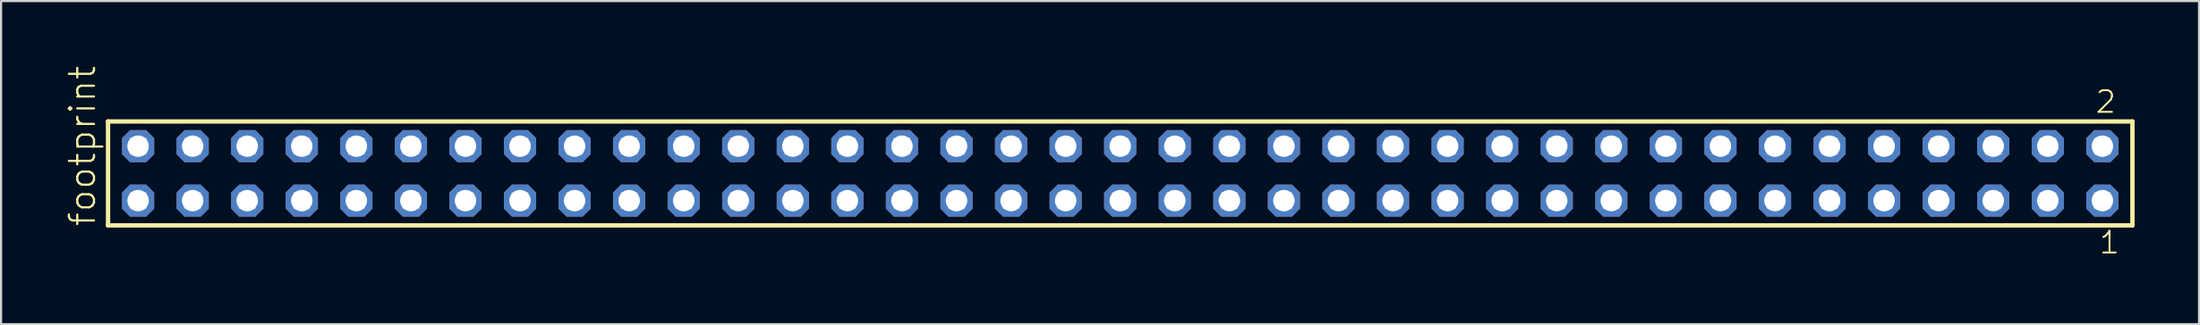
<source format=kicad_pcb>
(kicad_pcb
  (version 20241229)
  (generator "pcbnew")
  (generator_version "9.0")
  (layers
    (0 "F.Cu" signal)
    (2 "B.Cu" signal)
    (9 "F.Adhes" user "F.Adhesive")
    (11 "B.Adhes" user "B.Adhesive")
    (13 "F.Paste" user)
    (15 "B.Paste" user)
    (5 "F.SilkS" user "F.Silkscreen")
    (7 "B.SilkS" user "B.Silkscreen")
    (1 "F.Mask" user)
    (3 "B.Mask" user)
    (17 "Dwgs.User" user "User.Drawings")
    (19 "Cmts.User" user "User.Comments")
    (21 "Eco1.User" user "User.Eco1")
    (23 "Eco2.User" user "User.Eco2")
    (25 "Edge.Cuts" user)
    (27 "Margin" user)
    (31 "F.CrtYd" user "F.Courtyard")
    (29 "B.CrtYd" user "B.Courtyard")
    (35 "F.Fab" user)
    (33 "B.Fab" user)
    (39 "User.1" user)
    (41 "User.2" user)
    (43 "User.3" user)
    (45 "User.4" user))
  (footprint "footprint"
    (layer "F.Cu")
    (at 49.098 5.042)
    (property "Reference" "footprint" (at -47.625 2.54 90) (layer "F.SilkS") (effects (font (size 1.168 1.168) (thickness 0.102)) (justify left bottom)))
    (fp_line (start -47.119 -2.425) (end 47.119 -2.425) (stroke (width 0.203) (type solid)) (layer "F.SilkS"))
    (fp_line (start -47.119 2.425) (end -47.119 -2.425) (stroke (width 0.203) (type solid)) (layer "F.SilkS"))
    (fp_line (start 47.119 -2.425) (end 47.119 2.425) (stroke (width 0.203) (type solid)) (layer "F.SilkS"))
    (fp_line (start 47.119 2.425) (end -47.119 2.425) (stroke (width 0.203) (type solid)) (layer "F.SilkS"))
    (fp_poly (pts (xy -46.07 -0.92) (xy -45.37 -0.92) (xy -45.37 -1.62) (xy -46.07 -1.62)) (stroke (width 0.1) (type solid)) (fill no) (layer "F.Fab"))
    (fp_poly (pts (xy -46.07 1.62) (xy -45.37 1.62) (xy -45.37 0.92) (xy -46.07 0.92)) (stroke (width 0.1) (type solid)) (fill no) (layer "F.Fab"))
    (fp_poly (pts (xy -43.53 -0.92) (xy -42.83 -0.92) (xy -42.83 -1.62) (xy -43.53 -1.62)) (stroke (width 0.1) (type solid)) (fill no) (layer "F.Fab"))
    (fp_poly (pts (xy -43.53 1.62) (xy -42.83 1.62) (xy -42.83 0.92) (xy -43.53 0.92)) (stroke (width 0.1) (type solid)) (fill no) (layer "F.Fab"))
    (fp_poly (pts (xy -40.99 -0.92) (xy -40.29 -0.92) (xy -40.29 -1.62) (xy -40.99 -1.62)) (stroke (width 0.1) (type solid)) (fill no) (layer "F.Fab"))
    (fp_poly (pts (xy -40.99 1.62) (xy -40.29 1.62) (xy -40.29 0.92) (xy -40.99 0.92)) (stroke (width 0.1) (type solid)) (fill no) (layer "F.Fab"))
    (fp_poly (pts (xy -38.45 -0.92) (xy -37.75 -0.92) (xy -37.75 -1.62) (xy -38.45 -1.62)) (stroke (width 0.1) (type solid)) (fill no) (layer "F.Fab"))
    (fp_poly (pts (xy -38.45 1.62) (xy -37.75 1.62) (xy -37.75 0.92) (xy -38.45 0.92)) (stroke (width 0.1) (type solid)) (fill no) (layer "F.Fab"))
    (fp_poly (pts (xy -35.91 -0.92) (xy -35.21 -0.92) (xy -35.21 -1.62) (xy -35.91 -1.62)) (stroke (width 0.1) (type solid)) (fill no) (layer "F.Fab"))
    (fp_poly (pts (xy -35.91 1.62) (xy -35.21 1.62) (xy -35.21 0.92) (xy -35.91 0.92)) (stroke (width 0.1) (type solid)) (fill no) (layer "F.Fab"))
    (fp_poly (pts (xy -33.37 -0.92) (xy -32.67 -0.92) (xy -32.67 -1.62) (xy -33.37 -1.62)) (stroke (width 0.1) (type solid)) (fill no) (layer "F.Fab"))
    (fp_poly (pts (xy -33.37 1.62) (xy -32.67 1.62) (xy -32.67 0.92) (xy -33.37 0.92)) (stroke (width 0.1) (type solid)) (fill no) (layer "F.Fab"))
    (fp_poly (pts (xy -30.83 -0.92) (xy -30.13 -0.92) (xy -30.13 -1.62) (xy -30.83 -1.62)) (stroke (width 0.1) (type solid)) (fill no) (layer "F.Fab"))
    (fp_poly (pts (xy -30.83 1.62) (xy -30.13 1.62) (xy -30.13 0.92) (xy -30.83 0.92)) (stroke (width 0.1) (type solid)) (fill no) (layer "F.Fab"))
    (fp_poly (pts (xy -28.29 -0.92) (xy -27.59 -0.92) (xy -27.59 -1.62) (xy -28.29 -1.62)) (stroke (width 0.1) (type solid)) (fill no) (layer "F.Fab"))
    (fp_poly (pts (xy -28.29 1.62) (xy -27.59 1.62) (xy -27.59 0.92) (xy -28.29 0.92)) (stroke (width 0.1) (type solid)) (fill no) (layer "F.Fab"))
    (fp_poly (pts (xy -25.75 -0.92) (xy -25.05 -0.92) (xy -25.05 -1.62) (xy -25.75 -1.62)) (stroke (width 0.1) (type solid)) (fill no) (layer "F.Fab"))
    (fp_poly (pts (xy -25.75 1.62) (xy -25.05 1.62) (xy -25.05 0.92) (xy -25.75 0.92)) (stroke (width 0.1) (type solid)) (fill no) (layer "F.Fab"))
    (fp_poly (pts (xy -23.21 -0.92) (xy -22.51 -0.92) (xy -22.51 -1.62) (xy -23.21 -1.62)) (stroke (width 0.1) (type solid)) (fill no) (layer "F.Fab"))
    (fp_poly (pts (xy -23.21 1.62) (xy -22.51 1.62) (xy -22.51 0.92) (xy -23.21 0.92)) (stroke (width 0.1) (type solid)) (fill no) (layer "F.Fab"))
    (fp_poly (pts (xy -20.67 -0.92) (xy -19.97 -0.92) (xy -19.97 -1.62) (xy -20.67 -1.62)) (stroke (width 0.1) (type solid)) (fill no) (layer "F.Fab"))
    (fp_poly (pts (xy -20.67 1.62) (xy -19.97 1.62) (xy -19.97 0.92) (xy -20.67 0.92)) (stroke (width 0.1) (type solid)) (fill no) (layer "F.Fab"))
    (fp_poly (pts (xy -18.13 -0.92) (xy -17.43 -0.92) (xy -17.43 -1.62) (xy -18.13 -1.62)) (stroke (width 0.1) (type solid)) (fill no) (layer "F.Fab"))
    (fp_poly (pts (xy -18.13 1.62) (xy -17.43 1.62) (xy -17.43 0.92) (xy -18.13 0.92)) (stroke (width 0.1) (type solid)) (fill no) (layer "F.Fab"))
    (fp_poly (pts (xy -15.59 -0.92) (xy -14.89 -0.92) (xy -14.89 -1.62) (xy -15.59 -1.62)) (stroke (width 0.1) (type solid)) (fill no) (layer "F.Fab"))
    (fp_poly (pts (xy -15.59 1.62) (xy -14.89 1.62) (xy -14.89 0.92) (xy -15.59 0.92)) (stroke (width 0.1) (type solid)) (fill no) (layer "F.Fab"))
    (fp_poly (pts (xy -13.05 -0.92) (xy -12.35 -0.92) (xy -12.35 -1.62) (xy -13.05 -1.62)) (stroke (width 0.1) (type solid)) (fill no) (layer "F.Fab"))
    (fp_poly (pts (xy -13.05 1.62) (xy -12.35 1.62) (xy -12.35 0.92) (xy -13.05 0.92)) (stroke (width 0.1) (type solid)) (fill no) (layer "F.Fab"))
    (fp_poly (pts (xy -10.51 -0.92) (xy -9.81 -0.92) (xy -9.81 -1.62) (xy -10.51 -1.62)) (stroke (width 0.1) (type solid)) (fill no) (layer "F.Fab"))
    (fp_poly (pts (xy -10.51 1.62) (xy -9.81 1.62) (xy -9.81 0.92) (xy -10.51 0.92)) (stroke (width 0.1) (type solid)) (fill no) (layer "F.Fab"))
    (fp_poly (pts (xy -7.97 -0.92) (xy -7.27 -0.92) (xy -7.27 -1.62) (xy -7.97 -1.62)) (stroke (width 0.1) (type solid)) (fill no) (layer "F.Fab"))
    (fp_poly (pts (xy -7.97 1.62) (xy -7.27 1.62) (xy -7.27 0.92) (xy -7.97 0.92)) (stroke (width 0.1) (type solid)) (fill no) (layer "F.Fab"))
    (fp_poly (pts (xy -5.43 -0.92) (xy -4.73 -0.92) (xy -4.73 -1.62) (xy -5.43 -1.62)) (stroke (width 0.1) (type solid)) (fill no) (layer "F.Fab"))
    (fp_poly (pts (xy -5.43 1.62) (xy -4.73 1.62) (xy -4.73 0.92) (xy -5.43 0.92)) (stroke (width 0.1) (type solid)) (fill no) (layer "F.Fab"))
    (fp_poly (pts (xy -2.89 -0.92) (xy -2.19 -0.92) (xy -2.19 -1.62) (xy -2.89 -1.62)) (stroke (width 0.1) (type solid)) (fill no) (layer "F.Fab"))
    (fp_poly (pts (xy -2.89 1.62) (xy -2.19 1.62) (xy -2.19 0.92) (xy -2.89 0.92)) (stroke (width 0.1) (type solid)) (fill no) (layer "F.Fab"))
    (fp_poly (pts (xy -0.35 -0.92) (xy 0.35 -0.92) (xy 0.35 -1.62) (xy -0.35 -1.62)) (stroke (width 0.1) (type solid)) (fill no) (layer "F.Fab"))
    (fp_poly (pts (xy -0.35 1.62) (xy 0.35 1.62) (xy 0.35 0.92) (xy -0.35 0.92)) (stroke (width 0.1) (type solid)) (fill no) (layer "F.Fab"))
    (fp_poly (pts (xy 2.19 -0.92) (xy 2.89 -0.92) (xy 2.89 -1.62) (xy 2.19 -1.62)) (stroke (width 0.1) (type solid)) (fill no) (layer "F.Fab"))
    (fp_poly (pts (xy 2.19 1.62) (xy 2.89 1.62) (xy 2.89 0.92) (xy 2.19 0.92)) (stroke (width 0.1) (type solid)) (fill no) (layer "F.Fab"))
    (fp_poly (pts (xy 4.73 -0.92) (xy 5.43 -0.92) (xy 5.43 -1.62) (xy 4.73 -1.62)) (stroke (width 0.1) (type solid)) (fill no) (layer "F.Fab"))
    (fp_poly (pts (xy 4.73 1.62) (xy 5.43 1.62) (xy 5.43 0.92) (xy 4.73 0.92)) (stroke (width 0.1) (type solid)) (fill no) (layer "F.Fab"))
    (fp_poly (pts (xy 7.27 -0.92) (xy 7.97 -0.92) (xy 7.97 -1.62) (xy 7.27 -1.62)) (stroke (width 0.1) (type solid)) (fill no) (layer "F.Fab"))
    (fp_poly (pts (xy 7.27 1.62) (xy 7.97 1.62) (xy 7.97 0.92) (xy 7.27 0.92)) (stroke (width 0.1) (type solid)) (fill no) (layer "F.Fab"))
    (fp_poly (pts (xy 9.81 -0.92) (xy 10.51 -0.92) (xy 10.51 -1.62) (xy 9.81 -1.62)) (stroke (width 0.1) (type solid)) (fill no) (layer "F.Fab"))
    (fp_poly (pts (xy 9.81 1.62) (xy 10.51 1.62) (xy 10.51 0.92) (xy 9.81 0.92)) (stroke (width 0.1) (type solid)) (fill no) (layer "F.Fab"))
    (fp_poly (pts (xy 12.35 -0.92) (xy 13.05 -0.92) (xy 13.05 -1.62) (xy 12.35 -1.62)) (stroke (width 0.1) (type solid)) (fill no) (layer "F.Fab"))
    (fp_poly (pts (xy 12.35 1.62) (xy 13.05 1.62) (xy 13.05 0.92) (xy 12.35 0.92)) (stroke (width 0.1) (type solid)) (fill no) (layer "F.Fab"))
    (fp_poly (pts (xy 14.89 -0.92) (xy 15.59 -0.92) (xy 15.59 -1.62) (xy 14.89 -1.62)) (stroke (width 0.1) (type solid)) (fill no) (layer "F.Fab"))
    (fp_poly (pts (xy 14.89 1.62) (xy 15.59 1.62) (xy 15.59 0.92) (xy 14.89 0.92)) (stroke (width 0.1) (type solid)) (fill no) (layer "F.Fab"))
    (fp_poly (pts (xy 17.43 -0.92) (xy 18.13 -0.92) (xy 18.13 -1.62) (xy 17.43 -1.62)) (stroke (width 0.1) (type solid)) (fill no) (layer "F.Fab"))
    (fp_poly (pts (xy 17.43 1.62) (xy 18.13 1.62) (xy 18.13 0.92) (xy 17.43 0.92)) (stroke (width 0.1) (type solid)) (fill no) (layer "F.Fab"))
    (fp_poly (pts (xy 19.97 -0.92) (xy 20.67 -0.92) (xy 20.67 -1.62) (xy 19.97 -1.62)) (stroke (width 0.1) (type solid)) (fill no) (layer "F.Fab"))
    (fp_poly (pts (xy 19.97 1.62) (xy 20.67 1.62) (xy 20.67 0.92) (xy 19.97 0.92)) (stroke (width 0.1) (type solid)) (fill no) (layer "F.Fab"))
    (fp_poly (pts (xy 22.51 -0.92) (xy 23.21 -0.92) (xy 23.21 -1.62) (xy 22.51 -1.62)) (stroke (width 0.1) (type solid)) (fill no) (layer "F.Fab"))
    (fp_poly (pts (xy 22.51 1.62) (xy 23.21 1.62) (xy 23.21 0.92) (xy 22.51 0.92)) (stroke (width 0.1) (type solid)) (fill no) (layer "F.Fab"))
    (fp_poly (pts (xy 25.05 -0.92) (xy 25.75 -0.92) (xy 25.75 -1.62) (xy 25.05 -1.62)) (stroke (width 0.1) (type solid)) (fill no) (layer "F.Fab"))
    (fp_poly (pts (xy 25.05 1.62) (xy 25.75 1.62) (xy 25.75 0.92) (xy 25.05 0.92)) (stroke (width 0.1) (type solid)) (fill no) (layer "F.Fab"))
    (fp_poly (pts (xy 27.59 -0.92) (xy 28.29 -0.92) (xy 28.29 -1.62) (xy 27.59 -1.62)) (stroke (width 0.1) (type solid)) (fill no) (layer "F.Fab"))
    (fp_poly (pts (xy 27.59 1.62) (xy 28.29 1.62) (xy 28.29 0.92) (xy 27.59 0.92)) (stroke (width 0.1) (type solid)) (fill no) (layer "F.Fab"))
    (fp_poly (pts (xy 30.13 -0.92) (xy 30.83 -0.92) (xy 30.83 -1.62) (xy 30.13 -1.62)) (stroke (width 0.1) (type solid)) (fill no) (layer "F.Fab"))
    (fp_poly (pts (xy 30.13 1.62) (xy 30.83 1.62) (xy 30.83 0.92) (xy 30.13 0.92)) (stroke (width 0.1) (type solid)) (fill no) (layer "F.Fab"))
    (fp_poly (pts (xy 32.67 -0.92) (xy 33.37 -0.92) (xy 33.37 -1.62) (xy 32.67 -1.62)) (stroke (width 0.1) (type solid)) (fill no) (layer "F.Fab"))
    (fp_poly (pts (xy 32.67 1.62) (xy 33.37 1.62) (xy 33.37 0.92) (xy 32.67 0.92)) (stroke (width 0.1) (type solid)) (fill no) (layer "F.Fab"))
    (fp_poly (pts (xy 35.21 -0.92) (xy 35.91 -0.92) (xy 35.91 -1.62) (xy 35.21 -1.62)) (stroke (width 0.1) (type solid)) (fill no) (layer "F.Fab"))
    (fp_poly (pts (xy 35.21 1.62) (xy 35.91 1.62) (xy 35.91 0.92) (xy 35.21 0.92)) (stroke (width 0.1) (type solid)) (fill no) (layer "F.Fab"))
    (fp_poly (pts (xy 37.75 -0.92) (xy 38.45 -0.92) (xy 38.45 -1.62) (xy 37.75 -1.62)) (stroke (width 0.1) (type solid)) (fill no) (layer "F.Fab"))
    (fp_poly (pts (xy 37.75 1.62) (xy 38.45 1.62) (xy 38.45 0.92) (xy 37.75 0.92)) (stroke (width 0.1) (type solid)) (fill no) (layer "F.Fab"))
    (fp_poly (pts (xy 40.29 -0.92) (xy 40.99 -0.92) (xy 40.99 -1.62) (xy 40.29 -1.62)) (stroke (width 0.1) (type solid)) (fill no) (layer "F.Fab"))
    (fp_poly (pts (xy 40.29 1.62) (xy 40.99 1.62) (xy 40.99 0.92) (xy 40.29 0.92)) (stroke (width 0.1) (type solid)) (fill no) (layer "F.Fab"))
    (fp_poly (pts (xy 42.83 -0.92) (xy 43.53 -0.92) (xy 43.53 -1.62) (xy 42.83 -1.62)) (stroke (width 0.1) (type solid)) (fill no) (layer "F.Fab"))
    (fp_poly (pts (xy 42.83 1.62) (xy 43.53 1.62) (xy 43.53 0.92) (xy 42.83 0.92)) (stroke (width 0.1) (type solid)) (fill no) (layer "F.Fab"))
    (fp_poly (pts (xy 45.37 -0.92) (xy 46.07 -0.92) (xy 46.07 -1.62) (xy 45.37 -1.62)) (stroke (width 0.1) (type solid)) (fill no) (layer "F.Fab"))
    (fp_poly (pts (xy 45.37 1.62) (xy 46.07 1.62) (xy 46.07 0.92) (xy 45.37 0.92)) (stroke (width 0.1) (type solid)) (fill no) (layer "F.Fab"))
    (fp_text user "1" (at 45.512 3.818 0) (layer "F.SilkS") (effects (font (size 1.012 1.012) (thickness 0.088)) (justify left bottom)))
    (fp_text user "2" (at 45.337 -2.744 0) (layer "F.SilkS") (effects (font (size 1.012 1.012) (thickness 0.088)) (justify left bottom)))
    (pad "1" thru_hole roundrect (at 45.72 1.27 180) (size 1.5 1.5) (drill 1) (layers "*.Cu" "*.Mask") (roundrect_rratio 0.25) (chamfer_ratio 0.25) (chamfer top_left top_right bottom_left bottom_right))
    (pad "2" thru_hole roundrect (at 45.72 -1.27 180) (size 1.5 1.5) (drill 1) (layers "*.Cu" "*.Mask") (roundrect_rratio 0.25) (chamfer_ratio 0.25) (chamfer top_left top_right bottom_left bottom_right))
    (pad "3" thru_hole roundrect (at 43.18 1.27 180) (size 1.5 1.5) (drill 1) (layers "*.Cu" "*.Mask") (roundrect_rratio 0.25) (chamfer_ratio 0.25) (chamfer top_left top_right bottom_left bottom_right))
    (pad "4" thru_hole roundrect (at 43.18 -1.27 180) (size 1.5 1.5) (drill 1) (layers "*.Cu" "*.Mask") (roundrect_rratio 0.25) (chamfer_ratio 0.25) (chamfer top_left top_right bottom_left bottom_right))
    (pad "5" thru_hole roundrect (at 40.64 1.27 180) (size 1.5 1.5) (drill 1) (layers "*.Cu" "*.Mask") (roundrect_rratio 0.25) (chamfer_ratio 0.25) (chamfer top_left top_right bottom_left bottom_right))
    (pad "6" thru_hole roundrect (at 40.64 -1.27 180) (size 1.5 1.5) (drill 1) (layers "*.Cu" "*.Mask") (roundrect_rratio 0.25) (chamfer_ratio 0.25) (chamfer top_left top_right bottom_left bottom_right))
    (pad "7" thru_hole roundrect (at 38.1 1.27 180) (size 1.5 1.5) (drill 1) (layers "*.Cu" "*.Mask") (roundrect_rratio 0.25) (chamfer_ratio 0.25) (chamfer top_left top_right bottom_left bottom_right))
    (pad "8" thru_hole roundrect (at 38.1 -1.27 180) (size 1.5 1.5) (drill 1) (layers "*.Cu" "*.Mask") (roundrect_rratio 0.25) (chamfer_ratio 0.25) (chamfer top_left top_right bottom_left bottom_right))
    (pad "9" thru_hole roundrect (at 35.56 1.27 180) (size 1.5 1.5) (drill 1) (layers "*.Cu" "*.Mask") (roundrect_rratio 0.25) (chamfer_ratio 0.25) (chamfer top_left top_right bottom_left bottom_right))
    (pad "10" thru_hole roundrect (at 35.56 -1.27 180) (size 1.5 1.5) (drill 1) (layers "*.Cu" "*.Mask") (roundrect_rratio 0.25) (chamfer_ratio 0.25) (chamfer top_left top_right bottom_left bottom_right))
    (pad "11" thru_hole roundrect (at 33.02 1.27 180) (size 1.5 1.5) (drill 1) (layers "*.Cu" "*.Mask") (roundrect_rratio 0.25) (chamfer_ratio 0.25) (chamfer top_left top_right bottom_left bottom_right))
    (pad "12" thru_hole roundrect (at 33.02 -1.27 180) (size 1.5 1.5) (drill 1) (layers "*.Cu" "*.Mask") (roundrect_rratio 0.25) (chamfer_ratio 0.25) (chamfer top_left top_right bottom_left bottom_right))
    (pad "13" thru_hole roundrect (at 30.48 1.27 180) (size 1.5 1.5) (drill 1) (layers "*.Cu" "*.Mask") (roundrect_rratio 0.25) (chamfer_ratio 0.25) (chamfer top_left top_right bottom_left bottom_right))
    (pad "14" thru_hole roundrect (at 30.48 -1.27 180) (size 1.5 1.5) (drill 1) (layers "*.Cu" "*.Mask") (roundrect_rratio 0.25) (chamfer_ratio 0.25) (chamfer top_left top_right bottom_left bottom_right))
    (pad "15" thru_hole roundrect (at 27.94 1.27 180) (size 1.5 1.5) (drill 1) (layers "*.Cu" "*.Mask") (roundrect_rratio 0.25) (chamfer_ratio 0.25) (chamfer top_left top_right bottom_left bottom_right))
    (pad "16" thru_hole roundrect (at 27.94 -1.27 180) (size 1.5 1.5) (drill 1) (layers "*.Cu" "*.Mask") (roundrect_rratio 0.25) (chamfer_ratio 0.25) (chamfer top_left top_right bottom_left bottom_right))
    (pad "17" thru_hole roundrect (at 25.4 1.27 180) (size 1.5 1.5) (drill 1) (layers "*.Cu" "*.Mask") (roundrect_rratio 0.25) (chamfer_ratio 0.25) (chamfer top_left top_right bottom_left bottom_right))
    (pad "18" thru_hole roundrect (at 25.4 -1.27 180) (size 1.5 1.5) (drill 1) (layers "*.Cu" "*.Mask") (roundrect_rratio 0.25) (chamfer_ratio 0.25) (chamfer top_left top_right bottom_left bottom_right))
    (pad "19" thru_hole roundrect (at 22.86 1.27 180) (size 1.5 1.5) (drill 1) (layers "*.Cu" "*.Mask") (roundrect_rratio 0.25) (chamfer_ratio 0.25) (chamfer top_left top_right bottom_left bottom_right))
    (pad "20" thru_hole roundrect (at 22.86 -1.27 180) (size 1.5 1.5) (drill 1) (layers "*.Cu" "*.Mask") (roundrect_rratio 0.25) (chamfer_ratio 0.25) (chamfer top_left top_right bottom_left bottom_right))
    (pad "21" thru_hole roundrect (at 20.32 1.27 180) (size 1.5 1.5) (drill 1) (layers "*.Cu" "*.Mask") (roundrect_rratio 0.25) (chamfer_ratio 0.25) (chamfer top_left top_right bottom_left bottom_right))
    (pad "22" thru_hole roundrect (at 20.32 -1.27 180) (size 1.5 1.5) (drill 1) (layers "*.Cu" "*.Mask") (roundrect_rratio 0.25) (chamfer_ratio 0.25) (chamfer top_left top_right bottom_left bottom_right))
    (pad "23" thru_hole roundrect (at 17.78 1.27 180) (size 1.5 1.5) (drill 1) (layers "*.Cu" "*.Mask") (roundrect_rratio 0.25) (chamfer_ratio 0.25) (chamfer top_left top_right bottom_left bottom_right))
    (pad "24" thru_hole roundrect (at 17.78 -1.27 180) (size 1.5 1.5) (drill 1) (layers "*.Cu" "*.Mask") (roundrect_rratio 0.25) (chamfer_ratio 0.25) (chamfer top_left top_right bottom_left bottom_right))
    (pad "25" thru_hole roundrect (at 15.24 1.27 180) (size 1.5 1.5) (drill 1) (layers "*.Cu" "*.Mask") (roundrect_rratio 0.25) (chamfer_ratio 0.25) (chamfer top_left top_right bottom_left bottom_right))
    (pad "26" thru_hole roundrect (at 15.24 -1.27 180) (size 1.5 1.5) (drill 1) (layers "*.Cu" "*.Mask") (roundrect_rratio 0.25) (chamfer_ratio 0.25) (chamfer top_left top_right bottom_left bottom_right))
    (pad "27" thru_hole roundrect (at 12.7 1.27 180) (size 1.5 1.5) (drill 1) (layers "*.Cu" "*.Mask") (roundrect_rratio 0.25) (chamfer_ratio 0.25) (chamfer top_left top_right bottom_left bottom_right))
    (pad "28" thru_hole roundrect (at 12.7 -1.27 180) (size 1.5 1.5) (drill 1) (layers "*.Cu" "*.Mask") (roundrect_rratio 0.25) (chamfer_ratio 0.25) (chamfer top_left top_right bottom_left bottom_right))
    (pad "29" thru_hole roundrect (at 10.16 1.27 180) (size 1.5 1.5) (drill 1) (layers "*.Cu" "*.Mask") (roundrect_rratio 0.25) (chamfer_ratio 0.25) (chamfer top_left top_right bottom_left bottom_right))
    (pad "30" thru_hole roundrect (at 10.16 -1.27 180) (size 1.5 1.5) (drill 1) (layers "*.Cu" "*.Mask") (roundrect_rratio 0.25) (chamfer_ratio 0.25) (chamfer top_left top_right bottom_left bottom_right))
    (pad "31" thru_hole roundrect (at 7.62 1.27 180) (size 1.5 1.5) (drill 1) (layers "*.Cu" "*.Mask") (roundrect_rratio 0.25) (chamfer_ratio 0.25) (chamfer top_left top_right bottom_left bottom_right))
    (pad "32" thru_hole roundrect (at 7.62 -1.27 180) (size 1.5 1.5) (drill 1) (layers "*.Cu" "*.Mask") (roundrect_rratio 0.25) (chamfer_ratio 0.25) (chamfer top_left top_right bottom_left bottom_right))
    (pad "33" thru_hole roundrect (at 5.08 1.27 180) (size 1.5 1.5) (drill 1) (layers "*.Cu" "*.Mask") (roundrect_rratio 0.25) (chamfer_ratio 0.25) (chamfer top_left top_right bottom_left bottom_right))
    (pad "34" thru_hole roundrect (at 5.08 -1.27 180) (size 1.5 1.5) (drill 1) (layers "*.Cu" "*.Mask") (roundrect_rratio 0.25) (chamfer_ratio 0.25) (chamfer top_left top_right bottom_left bottom_right))
    (pad "35" thru_hole roundrect (at 2.54 1.27 180) (size 1.5 1.5) (drill 1) (layers "*.Cu" "*.Mask") (roundrect_rratio 0.25) (chamfer_ratio 0.25) (chamfer top_left top_right bottom_left bottom_right))
    (pad "36" thru_hole roundrect (at 2.54 -1.27 180) (size 1.5 1.5) (drill 1) (layers "*.Cu" "*.Mask") (roundrect_rratio 0.25) (chamfer_ratio 0.25) (chamfer top_left top_right bottom_left bottom_right))
    (pad "37" thru_hole roundrect (at 0 1.27 180) (size 1.5 1.5) (drill 1) (layers "*.Cu" "*.Mask") (roundrect_rratio 0.25) (chamfer_ratio 0.25) (chamfer top_left top_right bottom_left bottom_right))
    (pad "38" thru_hole roundrect (at 0 -1.27 180) (size 1.5 1.5) (drill 1) (layers "*.Cu" "*.Mask") (roundrect_rratio 0.25) (chamfer_ratio 0.25) (chamfer top_left top_right bottom_left bottom_right))
    (pad "39" thru_hole roundrect (at -2.54 1.27 180) (size 1.5 1.5) (drill 1) (layers "*.Cu" "*.Mask") (roundrect_rratio 0.25) (chamfer_ratio 0.25) (chamfer top_left top_right bottom_left bottom_right))
    (pad "40" thru_hole roundrect (at -2.54 -1.27 180) (size 1.5 1.5) (drill 1) (layers "*.Cu" "*.Mask") (roundrect_rratio 0.25) (chamfer_ratio 0.25) (chamfer top_left top_right bottom_left bottom_right))
    (pad "41" thru_hole roundrect (at -5.08 1.27 180) (size 1.5 1.5) (drill 1) (layers "*.Cu" "*.Mask") (roundrect_rratio 0.25) (chamfer_ratio 0.25) (chamfer top_left top_right bottom_left bottom_right))
    (pad "42" thru_hole roundrect (at -5.08 -1.27 180) (size 1.5 1.5) (drill 1) (layers "*.Cu" "*.Mask") (roundrect_rratio 0.25) (chamfer_ratio 0.25) (chamfer top_left top_right bottom_left bottom_right))
    (pad "43" thru_hole roundrect (at -7.62 1.27 180) (size 1.5 1.5) (drill 1) (layers "*.Cu" "*.Mask") (roundrect_rratio 0.25) (chamfer_ratio 0.25) (chamfer top_left top_right bottom_left bottom_right))
    (pad "44" thru_hole roundrect (at -7.62 -1.27 180) (size 1.5 1.5) (drill 1) (layers "*.Cu" "*.Mask") (roundrect_rratio 0.25) (chamfer_ratio 0.25) (chamfer top_left top_right bottom_left bottom_right))
    (pad "45" thru_hole roundrect (at -10.16 1.27 180) (size 1.5 1.5) (drill 1) (layers "*.Cu" "*.Mask") (roundrect_rratio 0.25) (chamfer_ratio 0.25) (chamfer top_left top_right bottom_left bottom_right))
    (pad "46" thru_hole roundrect (at -10.16 -1.27 180) (size 1.5 1.5) (drill 1) (layers "*.Cu" "*.Mask") (roundrect_rratio 0.25) (chamfer_ratio 0.25) (chamfer top_left top_right bottom_left bottom_right))
    (pad "47" thru_hole roundrect (at -12.7 1.27 180) (size 1.5 1.5) (drill 1) (layers "*.Cu" "*.Mask") (roundrect_rratio 0.25) (chamfer_ratio 0.25) (chamfer top_left top_right bottom_left bottom_right))
    (pad "48" thru_hole roundrect (at -12.7 -1.27 180) (size 1.5 1.5) (drill 1) (layers "*.Cu" "*.Mask") (roundrect_rratio 0.25) (chamfer_ratio 0.25) (chamfer top_left top_right bottom_left bottom_right))
    (pad "49" thru_hole roundrect (at -15.24 1.27 180) (size 1.5 1.5) (drill 1) (layers "*.Cu" "*.Mask") (roundrect_rratio 0.25) (chamfer_ratio 0.25) (chamfer top_left top_right bottom_left bottom_right))
    (pad "50" thru_hole roundrect (at -15.24 -1.27 180) (size 1.5 1.5) (drill 1) (layers "*.Cu" "*.Mask") (roundrect_rratio 0.25) (chamfer_ratio 0.25) (chamfer top_left top_right bottom_left bottom_right))
    (pad "51" thru_hole roundrect (at -17.78 1.27 180) (size 1.5 1.5) (drill 1) (layers "*.Cu" "*.Mask") (roundrect_rratio 0.25) (chamfer_ratio 0.25) (chamfer top_left top_right bottom_left bottom_right))
    (pad "52" thru_hole roundrect (at -17.78 -1.27 180) (size 1.5 1.5) (drill 1) (layers "*.Cu" "*.Mask") (roundrect_rratio 0.25) (chamfer_ratio 0.25) (chamfer top_left top_right bottom_left bottom_right))
    (pad "53" thru_hole roundrect (at -20.32 1.27 180) (size 1.5 1.5) (drill 1) (layers "*.Cu" "*.Mask") (roundrect_rratio 0.25) (chamfer_ratio 0.25) (chamfer top_left top_right bottom_left bottom_right))
    (pad "54" thru_hole roundrect (at -20.32 -1.27 180) (size 1.5 1.5) (drill 1) (layers "*.Cu" "*.Mask") (roundrect_rratio 0.25) (chamfer_ratio 0.25) (chamfer top_left top_right bottom_left bottom_right))
    (pad "55" thru_hole roundrect (at -22.86 1.27 180) (size 1.5 1.5) (drill 1) (layers "*.Cu" "*.Mask") (roundrect_rratio 0.25) (chamfer_ratio 0.25) (chamfer top_left top_right bottom_left bottom_right))
    (pad "56" thru_hole roundrect (at -22.86 -1.27 180) (size 1.5 1.5) (drill 1) (layers "*.Cu" "*.Mask") (roundrect_rratio 0.25) (chamfer_ratio 0.25) (chamfer top_left top_right bottom_left bottom_right))
    (pad "57" thru_hole roundrect (at -25.4 1.27 180) (size 1.5 1.5) (drill 1) (layers "*.Cu" "*.Mask") (roundrect_rratio 0.25) (chamfer_ratio 0.25) (chamfer top_left top_right bottom_left bottom_right))
    (pad "58" thru_hole roundrect (at -25.4 -1.27 180) (size 1.5 1.5) (drill 1) (layers "*.Cu" "*.Mask") (roundrect_rratio 0.25) (chamfer_ratio 0.25) (chamfer top_left top_right bottom_left bottom_right))
    (pad "59" thru_hole roundrect (at -27.94 1.27 180) (size 1.5 1.5) (drill 1) (layers "*.Cu" "*.Mask") (roundrect_rratio 0.25) (chamfer_ratio 0.25) (chamfer top_left top_right bottom_left bottom_right))
    (pad "60" thru_hole roundrect (at -27.94 -1.27 180) (size 1.5 1.5) (drill 1) (layers "*.Cu" "*.Mask") (roundrect_rratio 0.25) (chamfer_ratio 0.25) (chamfer top_left top_right bottom_left bottom_right))
    (pad "61" thru_hole roundrect (at -30.48 1.27 180) (size 1.5 1.5) (drill 1) (layers "*.Cu" "*.Mask") (roundrect_rratio 0.25) (chamfer_ratio 0.25) (chamfer top_left top_right bottom_left bottom_right))
    (pad "62" thru_hole roundrect (at -30.48 -1.27 180) (size 1.5 1.5) (drill 1) (layers "*.Cu" "*.Mask") (roundrect_rratio 0.25) (chamfer_ratio 0.25) (chamfer top_left top_right bottom_left bottom_right))
    (pad "63" thru_hole roundrect (at -33.02 1.27 180) (size 1.5 1.5) (drill 1) (layers "*.Cu" "*.Mask") (roundrect_rratio 0.25) (chamfer_ratio 0.25) (chamfer top_left top_right bottom_left bottom_right))
    (pad "64" thru_hole roundrect (at -33.02 -1.27 180) (size 1.5 1.5) (drill 1) (layers "*.Cu" "*.Mask") (roundrect_rratio 0.25) (chamfer_ratio 0.25) (chamfer top_left top_right bottom_left bottom_right))
    (pad "65" thru_hole roundrect (at -35.56 1.27 180) (size 1.5 1.5) (drill 1) (layers "*.Cu" "*.Mask") (roundrect_rratio 0.25) (chamfer_ratio 0.25) (chamfer top_left top_right bottom_left bottom_right))
    (pad "66" thru_hole roundrect (at -35.56 -1.27 180) (size 1.5 1.5) (drill 1) (layers "*.Cu" "*.Mask") (roundrect_rratio 0.25) (chamfer_ratio 0.25) (chamfer top_left top_right bottom_left bottom_right))
    (pad "67" thru_hole roundrect (at -38.1 1.27 180) (size 1.5 1.5) (drill 1) (layers "*.Cu" "*.Mask") (roundrect_rratio 0.25) (chamfer_ratio 0.25) (chamfer top_left top_right bottom_left bottom_right))
    (pad "68" thru_hole roundrect (at -38.1 -1.27 180) (size 1.5 1.5) (drill 1) (layers "*.Cu" "*.Mask") (roundrect_rratio 0.25) (chamfer_ratio 0.25) (chamfer top_left top_right bottom_left bottom_right))
    (pad "69" thru_hole roundrect (at -40.64 1.27 180) (size 1.5 1.5) (drill 1) (layers "*.Cu" "*.Mask") (roundrect_rratio 0.25) (chamfer_ratio 0.25) (chamfer top_left top_right bottom_left bottom_right))
    (pad "70" thru_hole roundrect (at -40.64 -1.27 180) (size 1.5 1.5) (drill 1) (layers "*.Cu" "*.Mask") (roundrect_rratio 0.25) (chamfer_ratio 0.25) (chamfer top_left top_right bottom_left bottom_right))
    (pad "71" thru_hole roundrect (at -43.18 1.27 180) (size 1.5 1.5) (drill 1) (layers "*.Cu" "*.Mask") (roundrect_rratio 0.25) (chamfer_ratio 0.25) (chamfer top_left top_right bottom_left bottom_right))
    (pad "72" thru_hole roundrect (at -43.18 -1.27 180) (size 1.5 1.5) (drill 1) (layers "*.Cu" "*.Mask") (roundrect_rratio 0.25) (chamfer_ratio 0.25) (chamfer top_left top_right bottom_left bottom_right))
    (pad "73" thru_hole roundrect (at -45.72 1.27 180) (size 1.5 1.5) (drill 1) (layers "*.Cu" "*.Mask") (roundrect_rratio 0.25) (chamfer_ratio 0.25) (chamfer top_left top_right bottom_left bottom_right))
    (pad "74" thru_hole roundrect (at -45.72 -1.27 180) (size 1.5 1.5) (drill 1) (layers "*.Cu" "*.Mask") (roundrect_rratio 0.25) (chamfer_ratio 0.25) (chamfer top_left top_right bottom_left bottom_right)))
  (gr_rect
    (start -3 -3)
    (end 99.319 12.077)
    (stroke (width 0.1) (type default))
    (fill no)
    (layer "Edge.Cuts")))
</source>
